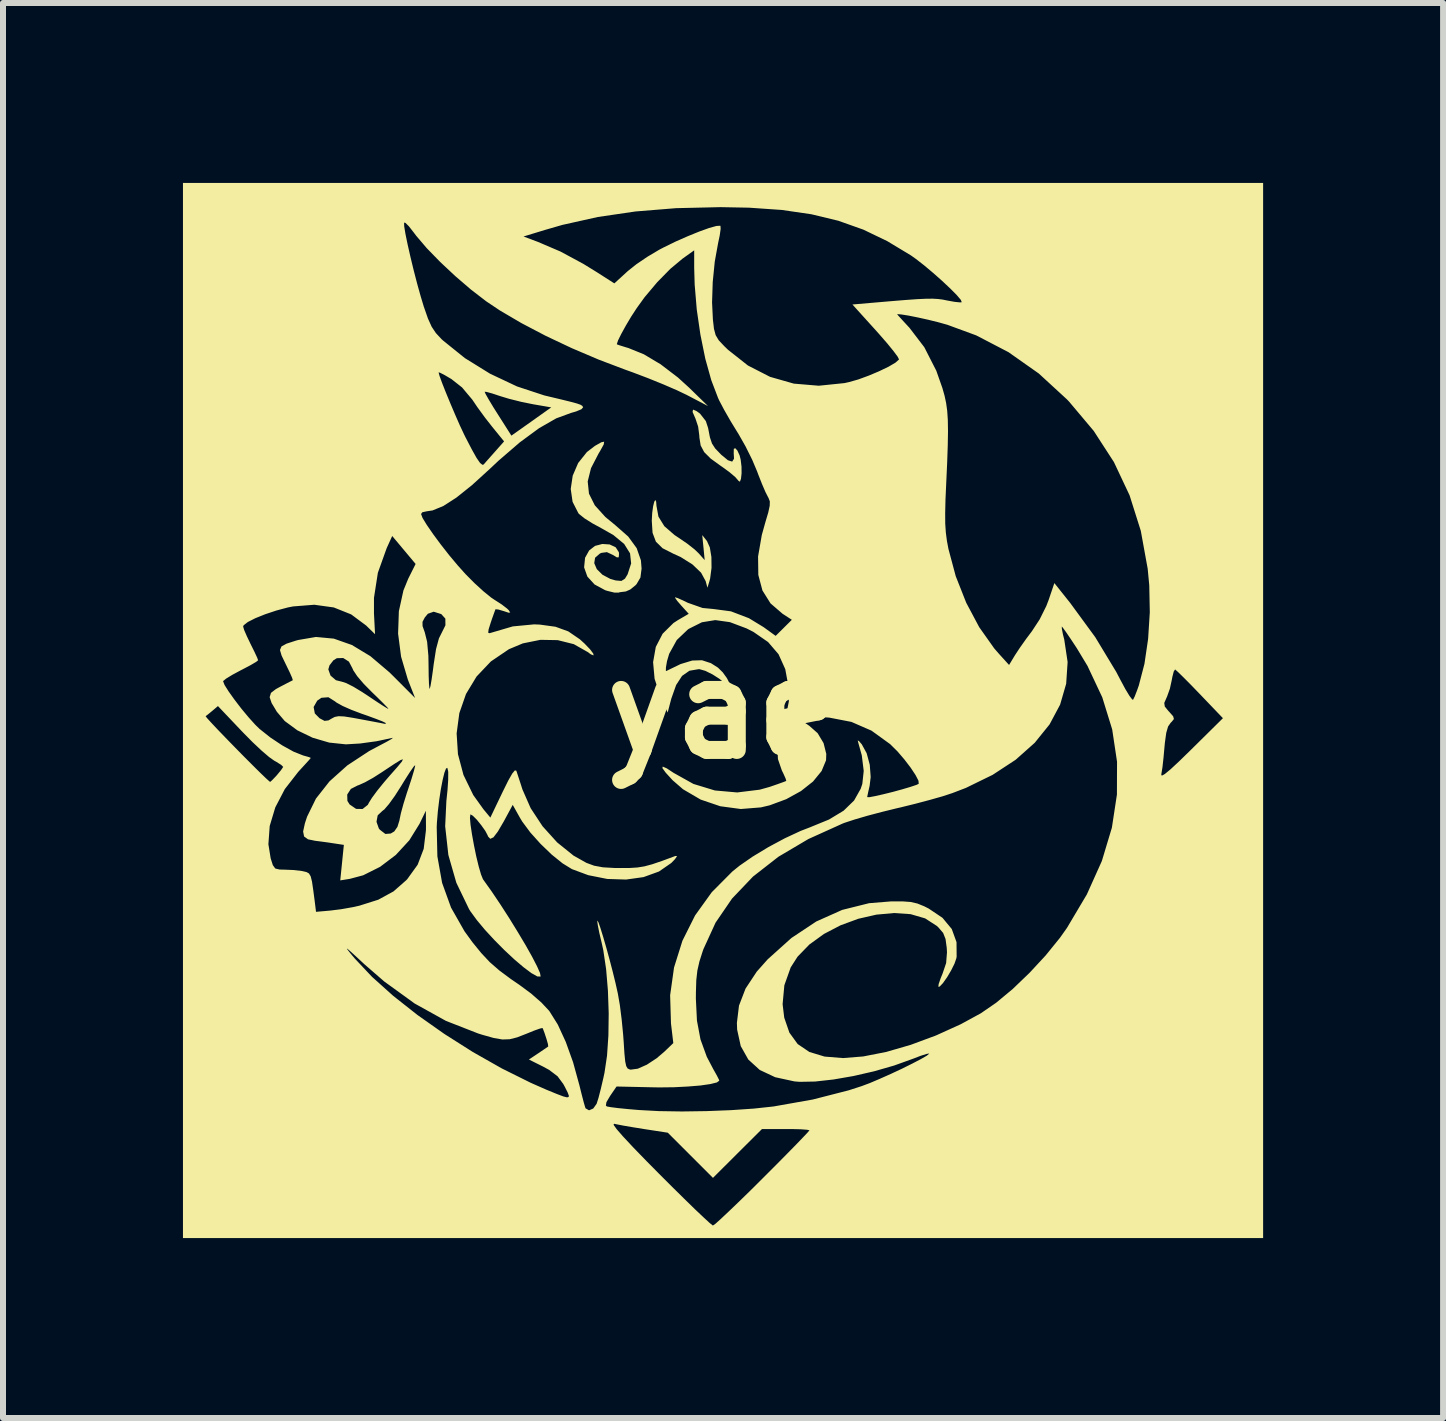
<source format=kicad_pcb>
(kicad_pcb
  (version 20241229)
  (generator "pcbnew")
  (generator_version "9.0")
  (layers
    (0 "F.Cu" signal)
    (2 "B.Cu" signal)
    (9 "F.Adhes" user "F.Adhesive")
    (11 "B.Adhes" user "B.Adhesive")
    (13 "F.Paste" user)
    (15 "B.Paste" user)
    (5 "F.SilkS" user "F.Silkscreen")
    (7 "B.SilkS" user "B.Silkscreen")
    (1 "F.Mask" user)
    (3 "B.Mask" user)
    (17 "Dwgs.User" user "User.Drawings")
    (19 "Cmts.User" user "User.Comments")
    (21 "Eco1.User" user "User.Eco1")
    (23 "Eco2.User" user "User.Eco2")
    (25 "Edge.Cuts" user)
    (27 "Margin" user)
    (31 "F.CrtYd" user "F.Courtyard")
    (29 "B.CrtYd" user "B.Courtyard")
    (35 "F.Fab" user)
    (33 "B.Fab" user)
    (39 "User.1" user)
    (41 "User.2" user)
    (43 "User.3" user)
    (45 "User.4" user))
  (footprint "yae"
    (layer "F.Cu")
    (at 8.982 8.773)
    (property "Reference" "yae" (at 0 0 0) (layer "F.SilkS") (effects (font (size 1.5 1.5) (thickness 0.3))))
    (attr board_only exclude_from_pos_files exclude_from_bom)
    (fp_poly (pts (xy -1.094 -3.46) (xy -1.089 -3.392) (xy -1.056 -3.211) (xy -0.958 -3.052) (xy -0.789 -2.905) (xy -0.72 -2.859) (xy -0.579 -2.763) (xy -0.454 -2.665) (xy -0.383 -2.597) (xy -0.285 -2.486) (xy -0.305 -2.694) (xy -0.326 -2.903) (xy -0.247 -2.804) (xy -0.199 -2.697) (xy -0.173 -2.538) (xy -0.171 -2.356) (xy -0.194 -2.18) (xy -0.207 -2.131) (xy -0.239 -2.026) (xy -0.269 -2.136) (xy -0.345 -2.276) (xy -0.489 -2.414) (xy -0.685 -2.537) (xy -0.808 -2.593) (xy -0.987 -2.684) (xy -1.098 -2.793) (xy -1.154 -2.941) (xy -1.167 -3.142) (xy -1.16 -3.271) (xy -1.145 -3.381) (xy -1.126 -3.458) (xy -1.108 -3.489)) (stroke (width 0) (type solid)) (fill yes) (layer "F.SilkS"))
    (fp_poly (pts (xy -0.419 -4.969) (xy -0.363 -4.928) (xy -0.266 -4.804) (xy -0.228 -4.688) (xy -0.198 -4.533) (xy -0.163 -4.429) (xy -0.109 -4.346) (xy -0.018 -4.252) (xy -0.012 -4.245) (xy 0.102 -4.151) (xy 0.173 -4.128) (xy 0.204 -4.177) (xy 0.199 -4.265) (xy 0.2 -4.34) (xy 0.224 -4.352) (xy 0.261 -4.311) (xy 0.298 -4.229) (xy 0.315 -4.16) (xy 0.329 -4.044) (xy 0.33 -3.932) (xy 0.32 -3.841) (xy 0.302 -3.793) (xy 0.278 -3.808) (xy 0.276 -3.811) (xy 0.226 -3.869) (xy 0.126 -3.954) (xy -0.004 -4.048) (xy -0.015 -4.055) (xy -0.186 -4.179) (xy -0.294 -4.287) (xy -0.352 -4.397) (xy -0.373 -4.529) (xy -0.375 -4.566) (xy -0.394 -4.711) (xy -0.439 -4.846) (xy -0.442 -4.852) (xy -0.487 -4.956) (xy -0.479 -4.995)) (stroke (width 0) (type solid)) (fill yes) (layer "F.SilkS"))
    (fp_poly (pts (xy -1.968 -4.414) (xy -2.027 -4.307) (xy -2.052 -4.266) (xy -2.18 -4.019) (xy -2.235 -3.798) (xy -2.214 -3.594) (xy -2.117 -3.4) (xy -1.941 -3.205) (xy -1.777 -3.07) (xy -1.56 -2.879) (xy -1.419 -2.686) (xy -1.348 -2.482) (xy -1.337 -2.345) (xy -1.356 -2.196) (xy -1.421 -2.085) (xy -1.439 -2.066) (xy -1.526 -1.996) (xy -1.598 -1.964) (xy -1.603 -1.963) (xy -1.699 -1.951) (xy -1.72 -1.944) (xy -1.792 -1.945) (xy -1.904 -1.972) (xy -1.943 -1.984) (xy -2.121 -2.08) (xy -2.241 -2.212) (xy -2.295 -2.365) (xy -2.279 -2.525) (xy -2.211 -2.647) (xy -2.113 -2.723) (xy -1.991 -2.755) (xy -1.869 -2.747) (xy -1.769 -2.7) (xy -1.716 -2.618) (xy -1.713 -2.588) (xy -1.718 -2.533) (xy -1.75 -2.532) (xy -1.819 -2.574) (xy -1.915 -2.619) (xy -2.005 -2.607) (xy -2.031 -2.596) (xy -2.112 -2.526) (xy -2.126 -2.435) (xy -2.083 -2.335) (xy -1.99 -2.243) (xy -1.857 -2.172) (xy -1.768 -2.147) (xy -1.673 -2.139) (xy -1.614 -2.177) (xy -1.57 -2.249) (xy -1.511 -2.431) (xy -1.529 -2.598) (xy -1.627 -2.755) (xy -1.806 -2.903) (xy -2.004 -3.016) (xy -2.16 -3.101) (xy -2.293 -3.185) (xy -2.379 -3.255) (xy -2.39 -3.267) (xy -2.487 -3.457) (xy -2.518 -3.672) (xy -2.485 -3.894) (xy -2.394 -4.105) (xy -2.248 -4.288) (xy -2.115 -4.39) (xy -2.009 -4.45) (xy -1.961 -4.46)) (stroke (width 0) (type solid)) (fill yes) (layer "F.SilkS"))
    (fp_poly (pts (xy 9.024 0.021) (xy 9.024 8.815) (xy 0.021 8.815) (xy -8.982 8.815) (xy -8.982 6.927) (xy -1.804 6.927) (xy -1.754 6.998) (xy -1.645 7.123) (xy -1.476 7.304) (xy -1.247 7.54) (xy -1.045 7.744) (xy -0.825 7.964) (xy -0.623 8.163) (xy -0.448 8.334) (xy -0.305 8.469) (xy -0.204 8.562) (xy -0.152 8.604) (xy -0.147 8.606) (xy -0.107 8.578) (xy -0.017 8.497) (xy 0.115 8.373) (xy 0.282 8.213) (xy 0.475 8.025) (xy 0.678 7.823) (xy 0.887 7.614) (xy 1.075 7.424) (xy 1.234 7.262) (xy 1.356 7.135) (xy 1.435 7.051) (xy 1.462 7.019) (xy 1.423 7.01) (xy 1.319 7.002) (xy 1.168 6.998) (xy 1.066 6.998) (xy 0.67 6.998) (xy 0.261 7.405) (xy -0.147 7.812) (xy -0.524 7.435) (xy -0.9 7.059) (xy -1.296 6.998) (xy -1.481 6.968) (xy -1.645 6.94) (xy -1.763 6.917) (xy -1.796 6.91) (xy -1.804 6.927) (xy -8.982 6.927) (xy -8.982 3.988) (xy -6.248 3.988) (xy -6.244 4.001) (xy -6.197 4.061) (xy -6.12 4.153) (xy -5.832 4.459) (xy -5.478 4.777) (xy -5.071 5.098) (xy -4.624 5.413) (xy -4.151 5.713) (xy -3.666 5.988) (xy -3.183 6.228) (xy -2.924 6.342) (xy -2.751 6.413) (xy -2.64 6.455) (xy -2.579 6.47) (xy -2.553 6.463) (xy -2.549 6.444) (xy -2.568 6.391) (xy -2.616 6.295) (xy -2.643 6.246) (xy -2.738 6.118) (xy -2.878 6.012) (xy -2.975 5.959) (xy -3.215 5.839) (xy -3.059 5.735) (xy -2.963 5.67) (xy -2.902 5.628) (xy -2.893 5.621) (xy -2.898 5.581) (xy -2.922 5.497) (xy -2.953 5.402) (xy -2.98 5.33) (xy -2.989 5.314) (xy -3.029 5.322) (xy -3.125 5.356) (xy -3.253 5.408) (xy -3.409 5.469) (xy -3.536 5.501) (xy -3.658 5.505) (xy -3.802 5.48) (xy -3.991 5.427) (xy -4.061 5.405) (xy -4.598 5.195) (xy -5.119 4.906) (xy -5.627 4.538) (xy -5.953 4.255) (xy -6.106 4.113) (xy -6.203 4.025) (xy -6.248 3.988) (xy -8.982 3.988) (xy -8.982 0.116) (xy -8.604 0.116) (xy -8.581 0.147) (xy -8.51 0.225) (xy -8.402 0.34) (xy -8.268 0.479) (xy -8.119 0.632) (xy -7.966 0.788) (xy -7.82 0.934) (xy -7.693 1.06) (xy -7.595 1.154) (xy -7.538 1.205) (xy -7.529 1.212) (xy -7.496 1.183) (xy -7.43 1.114) (xy -7.415 1.097) (xy -7.348 1.016) (xy -7.313 0.964) (xy -7.312 0.96) (xy -7.344 0.928) (xy -7.427 0.876) (xy -7.461 0.857) (xy -7.546 0.797) (xy -7.672 0.689) (xy -7.822 0.548) (xy -7.98 0.388) (xy -8.005 0.362) (xy -8.399 -0.053) (xy -8.492 0.026) (xy -8.565 0.086) (xy -8.604 0.116) (xy -8.982 0.116) (xy -8.982 0.021) (xy -8.982 -0.466) (xy -8.313 -0.466) (xy -8.288 -0.403) (xy -8.219 -0.294) (xy -8.121 -0.157) (xy -8.006 -0.007) (xy -7.886 0.137) (xy -7.775 0.26) (xy -7.705 0.328) (xy -7.525 0.471) (xy -7.328 0.602) (xy -7.138 0.707) (xy -6.98 0.77) (xy -6.966 0.774) (xy -6.884 0.797) (xy -6.851 0.811) (xy -6.877 0.843) (xy -6.947 0.92) (xy -7.045 1.027) (xy -7.062 1.046) (xy -7.284 1.331) (xy -7.443 1.636) (xy -7.536 1.946) (xy -7.558 2.25) (xy -7.52 2.485) (xy -7.484 2.599) (xy -7.443 2.655) (xy -7.371 2.672) (xy -7.29 2.674) (xy -7.141 2.68) (xy -7.003 2.696) (xy -6.983 2.7) (xy -6.923 2.714) (xy -6.882 2.737) (xy -6.853 2.785) (xy -6.831 2.873) (xy -6.81 3.017) (xy -6.788 3.182) (xy -6.764 3.377) (xy -6.525 3.356) (xy -6.342 3.333) (xy -6.139 3.297) (xy -6.039 3.274) (xy -5.726 3.175) (xy -5.473 3.037) (xy -5.26 2.85) (xy -5.242 2.831) (xy -5.07 2.592) (xy -4.969 2.327) (xy -4.932 2.021) (xy -4.931 1.966) (xy -4.933 1.692) (xy -5.038 1.909) (xy -5.209 2.185) (xy -5.434 2.429) (xy -5.696 2.627) (xy -5.978 2.768) (xy -6.199 2.827) (xy -6.36 2.853) (xy -6.33 2.557) (xy -6.3 2.261) (xy -6.44 2.24) (xy -6.571 2.22) (xy -6.729 2.199) (xy -6.778 2.193) (xy -6.898 2.168) (xy -6.963 2.121) (xy -6.979 2.038) (xy -6.95 1.904) (xy -6.941 1.876) (xy -5.756 1.876) (xy -5.717 1.987) (xy -5.699 2.009) (xy -5.608 2.079) (xy -5.519 2.072) (xy -5.46 2.037) (xy -5.407 1.961) (xy -5.372 1.848) (xy -5.371 1.838) (xy -5.349 1.733) (xy -5.306 1.576) (xy -5.25 1.396) (xy -5.224 1.319) (xy -5.171 1.157) (xy -5.132 1.027) (xy -5.112 0.947) (xy -5.112 0.932) (xy -5.138 0.959) (xy -5.197 1.044) (xy -5.279 1.172) (xy -5.35 1.288) (xy -5.452 1.447) (xy -5.548 1.58) (xy -5.625 1.67) (xy -5.659 1.696) (xy -5.736 1.769) (xy -5.756 1.876) (xy -6.941 1.876) (xy -6.913 1.791) (xy -6.765 1.489) (xy -6.712 1.422) (xy -6.244 1.422) (xy -6.241 1.528) (xy -6.204 1.587) (xy -6.096 1.661) (xy -5.988 1.663) (xy -5.901 1.594) (xy -5.881 1.556) (xy -5.832 1.477) (xy -5.742 1.355) (xy -5.624 1.21) (xy -5.537 1.109) (xy -5.408 0.963) (xy -5.333 0.872) (xy -5.315 0.834) (xy -5.356 0.848) (xy -5.459 0.912) (xy -5.628 1.024) (xy -5.661 1.046) (xy -5.811 1.142) (xy -5.95 1.219) (xy -6.052 1.265) (xy -6.069 1.27) (xy -6.183 1.328) (xy -6.244 1.422) (xy -6.712 1.422) (xy -6.539 1.202) (xy -6.242 0.936) (xy -5.878 0.697) (xy -5.726 0.616) (xy -5.595 0.547) (xy -5.51 0.499) (xy -5.483 0.477) (xy -5.494 0.478) (xy -5.753 0.533) (xy -6.029 0.571) (xy -6.266 0.585) (xy -6.544 0.556) (xy -6.82 0.475) (xy -7.074 0.352) (xy -7.285 0.197) (xy -7.417 0.042) (xy -7.464 -0.037) (xy -6.804 -0.037) (xy -6.784 0.07) (xy -6.705 0.15) (xy -6.622 0.194) (xy -6.556 0.186) (xy -6.505 0.156) (xy -6.452 0.128) (xy -6.388 0.116) (xy -6.296 0.12) (xy -6.155 0.142) (xy -6.014 0.168) (xy -5.843 0.2) (xy -5.705 0.226) (xy -5.62 0.243) (xy -5.602 0.246) (xy -5.605 0.23) (xy -5.609 0.226) (xy -5.657 0.202) (xy -5.765 0.16) (xy -5.915 0.105) (xy -6.002 0.075) (xy -6.174 0.01) (xy -6.321 -0.055) (xy -6.422 -0.111) (xy -6.446 -0.13) (xy -6.557 -0.2) (xy -6.674 -0.191) (xy -6.744 -0.143) (xy -6.804 -0.037) (xy -7.464 -0.037) (xy -7.504 -0.103) (xy -7.537 -0.201) (xy -7.515 -0.273) (xy -7.433 -0.336) (xy -7.363 -0.374) (xy -7.25 -0.433) (xy -7.172 -0.473) (xy -7.151 -0.484) (xy -7.162 -0.523) (xy -7.203 -0.616) (xy -7.227 -0.665) (xy -6.559 -0.665) (xy -6.522 -0.561) (xy -6.432 -0.484) (xy -6.336 -0.46) (xy -6.263 -0.437) (xy -6.142 -0.376) (xy -5.995 -0.287) (xy -5.911 -0.232) (xy -5.766 -0.135) (xy -5.648 -0.058) (xy -5.574 -0.013) (xy -5.556 -0.004) (xy -5.575 -0.03) (xy -5.644 -0.101) (xy -5.749 -0.205) (xy -5.831 -0.284) (xy -5.968 -0.423) (xy -6.078 -0.552) (xy -6.144 -0.651) (xy -6.156 -0.68) (xy -6.216 -0.794) (xy -6.311 -0.854) (xy -6.417 -0.851) (xy -6.475 -0.815) (xy -6.539 -0.732) (xy -6.559 -0.665) (xy -7.227 -0.665) (xy -7.265 -0.744) (xy -7.27 -0.754) (xy -7.338 -0.895) (xy -7.365 -0.987) (xy -7.34 -1.047) (xy -7.256 -1.093) (xy -7.102 -1.143) (xy -7.063 -1.154) (xy -6.765 -1.205) (xy -6.467 -1.177) (xy -6.166 -1.071) (xy -5.858 -0.885) (xy -5.542 -0.617) (xy -5.471 -0.547) (xy -5.113 -0.188) (xy -5.234 -0.497) (xy -5.346 -0.876) (xy -5.396 -1.261) (xy -5.389 -1.457) (xy -4.989 -1.457) (xy -4.988 -1.386) (xy -4.951 -1.282) (xy -4.912 -1.125) (xy -4.891 -0.891) (xy -4.888 -0.725) (xy -4.886 -0.556) (xy -4.881 -0.425) (xy -4.874 -0.35) (xy -4.869 -0.339) (xy -4.856 -0.386) (xy -4.837 -0.497) (xy -4.815 -0.652) (xy -4.802 -0.753) (xy -4.763 -1.004) (xy -4.715 -1.182) (xy -4.675 -1.262) (xy -4.607 -1.399) (xy -4.608 -1.511) (xy -4.676 -1.586) (xy -4.802 -1.626) (xy -4.899 -1.592) (xy -4.95 -1.531) (xy -4.989 -1.457) (xy -5.389 -1.457) (xy -5.383 -1.634) (xy -5.307 -1.98) (xy -5.227 -2.176) (xy -5.104 -2.422) (xy -5.299 -2.655) (xy -5.494 -2.888) (xy -5.586 -2.686) (xy -5.733 -2.275) (xy -5.798 -1.857) (xy -5.798 -1.598) (xy -5.78 -1.251) (xy -5.929 -1.396) (xy -6.178 -1.581) (xy -6.468 -1.697) (xy -6.793 -1.742) (xy -7.146 -1.714) (xy -7.233 -1.697) (xy -7.424 -1.646) (xy -7.61 -1.584) (xy -7.775 -1.518) (xy -7.901 -1.454) (xy -7.971 -1.399) (xy -7.979 -1.379) (xy -7.962 -1.321) (xy -7.915 -1.213) (xy -7.854 -1.086) (xy -7.79 -0.957) (xy -7.745 -0.86) (xy -7.729 -0.816) (xy -7.763 -0.789) (xy -7.855 -0.735) (xy -7.986 -0.666) (xy -8.021 -0.648) (xy -8.159 -0.574) (xy -8.262 -0.511) (xy -8.311 -0.471) (xy -8.313 -0.466) (xy -8.982 -0.466) (xy -8.982 -5.616) (xy -4.721 -5.616) (xy -4.705 -5.556) (xy -4.662 -5.438) (xy -4.599 -5.279) (xy -4.524 -5.097) (xy -4.444 -4.909) (xy -4.367 -4.733) (xy -4.298 -4.586) (xy -4.282 -4.553) (xy -4.17 -4.337) (xy -4.088 -4.19) (xy -4.029 -4.105) (xy -3.989 -4.074) (xy -3.968 -4.081) (xy -3.926 -4.13) (xy -3.848 -4.218) (xy -3.784 -4.29) (xy -3.629 -4.465) (xy -3.827 -4.708) (xy -3.95 -4.865) (xy -4.073 -5.034) (xy -4.159 -5.161) (xy -4.27 -5.293) (xy -3.953 -5.293) (xy -3.937 -5.255) (xy -3.885 -5.163) (xy -3.805 -5.03) (xy -3.736 -4.921) (xy -3.507 -4.561) (xy -3.175 -4.796) (xy -2.843 -5.032) (xy -3.145 -5.084) (xy -3.342 -5.124) (xy -3.549 -5.176) (xy -3.694 -5.22) (xy -3.824 -5.263) (xy -3.918 -5.289) (xy -3.953 -5.293) (xy -4.27 -5.293) (xy -4.329 -5.364) (xy -4.507 -5.504) (xy -4.619 -5.57) (xy -4.697 -5.61) (xy -4.721 -5.616) (xy -8.982 -5.616) (xy -8.982 -8.112) (xy -5.296 -8.112) (xy -5.294 -8.05) (xy -5.273 -7.923) (xy -5.237 -7.748) (xy -5.19 -7.541) (xy -5.136 -7.318) (xy -5.078 -7.094) (xy -5.02 -6.886) (xy -4.967 -6.71) (xy -4.965 -6.705) (xy -4.898 -6.513) (xy -4.836 -6.376) (xy -4.766 -6.271) (xy -4.672 -6.17) (xy -4.647 -6.147) (xy -4.282 -5.853) (xy -3.862 -5.593) (xy -3.413 -5.381) (xy -2.961 -5.232) (xy -2.903 -5.218) (xy -2.676 -5.164) (xy -2.518 -5.125) (xy -2.415 -5.097) (xy -2.355 -5.076) (xy -2.325 -5.057) (xy -2.313 -5.037) (xy -2.311 -5.034) (xy -2.34 -5.001) (xy -2.429 -4.964) (xy -2.512 -4.94) (xy -2.76 -4.849) (xy -3.046 -4.685) (xy -3.367 -4.449) (xy -3.723 -4.142) (xy -3.86 -4.013) (xy -4.164 -3.736) (xy -4.424 -3.528) (xy -4.642 -3.388) (xy -4.822 -3.314) (xy -4.917 -3.3) (xy -4.991 -3.284) (xy -5.013 -3.255) (xy -4.988 -3.188) (xy -4.917 -3.072) (xy -4.813 -2.921) (xy -4.686 -2.749) (xy -4.545 -2.569) (xy -4.401 -2.397) (xy -4.27 -2.251) (xy -4.123 -2.103) (xy -3.973 -1.966) (xy -3.845 -1.862) (xy -3.787 -1.823) (xy -3.67 -1.748) (xy -3.579 -1.678) (xy -3.553 -1.653) (xy -3.527 -1.613) (xy -3.553 -1.609) (xy -3.632 -1.635) (xy -3.723 -1.662) (xy -3.771 -1.667) (xy -3.773 -1.665) (xy -3.79 -1.62) (xy -3.825 -1.522) (xy -3.85 -1.449) (xy -3.887 -1.331) (xy -3.894 -1.276) (xy -3.871 -1.267) (xy -3.859 -1.271) (xy -3.484 -1.381) (xy -3.127 -1.415) (xy -3.032 -1.411) (xy -2.771 -1.375) (xy -2.559 -1.298) (xy -2.366 -1.166) (xy -2.287 -1.094) (xy -2.193 -0.996) (xy -2.142 -0.927) (xy -2.137 -0.897) (xy -2.182 -0.915) (xy -2.237 -0.955) (xy -2.467 -1.085) (xy -2.735 -1.152) (xy -3.024 -1.157) (xy -3.316 -1.098) (xy -3.548 -1.001) (xy -3.849 -0.797) (xy -4.088 -0.545) (xy -4.264 -0.254) (xy -4.375 0.065) (xy -4.42 0.403) (xy -4.398 0.749) (xy -4.306 1.095) (xy -4.143 1.43) (xy -3.974 1.666) (xy -3.858 1.806) (xy -3.654 1.38) (xy -3.56 1.19) (xy -3.493 1.072) (xy -3.449 1.019) (xy -3.425 1.025) (xy -3.423 1.03) (xy -3.396 1.112) (xy -3.354 1.24) (xy -3.323 1.337) (xy -3.186 1.649) (xy -2.988 1.95) (xy -2.744 2.22) (xy -2.471 2.44) (xy -2.256 2.561) (xy -2.128 2.608) (xy -1.982 2.635) (xy -1.791 2.646) (xy -1.692 2.647) (xy -1.534 2.646) (xy -1.407 2.638) (xy -1.289 2.619) (xy -1.159 2.584) (xy -0.995 2.528) (xy -0.776 2.447) (xy -0.773 2.446) (xy -0.745 2.449) (xy -0.782 2.501) (xy -0.842 2.563) (xy -1.047 2.705) (xy -1.304 2.798) (xy -1.596 2.839) (xy -1.909 2.829) (xy -2.226 2.766) (xy -2.498 2.665) (xy -2.654 2.569) (xy -2.835 2.423) (xy -3.02 2.245) (xy -3.191 2.055) (xy -3.326 1.873) (xy -3.364 1.81) (xy -3.485 1.594) (xy -3.634 1.87) (xy -3.733 2.039) (xy -3.806 2.135) (xy -3.859 2.16) (xy -3.896 2.121) (xy -3.903 2.102) (xy -3.942 2.028) (xy -4.008 1.935) (xy -4.082 1.843) (xy -4.149 1.776) (xy -4.188 1.753) (xy -4.191 1.755) (xy -4.198 1.81) (xy -4.188 1.927) (xy -4.164 2.086) (xy -4.131 2.267) (xy -4.093 2.452) (xy -4.052 2.621) (xy -4.013 2.755) (xy -3.981 2.834) (xy -3.978 2.838) (xy -3.837 3.036) (xy -3.689 3.256) (xy -3.541 3.486) (xy -3.4 3.715) (xy -3.271 3.931) (xy -3.162 4.125) (xy -3.08 4.284) (xy -3.03 4.397) (xy -3.02 4.453) (xy -3.021 4.456) (xy -3.075 4.454) (xy -3.173 4.399) (xy -3.304 4.301) (xy -3.458 4.17) (xy -3.623 4.016) (xy -3.789 3.849) (xy -3.947 3.678) (xy -4.083 3.515) (xy -4.19 3.369) (xy -4.214 3.33) (xy -4.425 2.892) (xy -4.558 2.429) (xy -4.611 1.951) (xy -4.591 1.529) (xy -4.572 1.346) (xy -4.561 1.179) (xy -4.56 1.056) (xy -4.561 1.037) (xy -4.575 0.977) (xy -4.597 0.988) (xy -4.624 1.059) (xy -4.653 1.177) (xy -4.683 1.332) (xy -4.71 1.51) (xy -4.733 1.701) (xy -4.749 1.892) (xy -4.752 1.966) (xy -4.741 2.452) (xy -4.662 2.895) (xy -4.513 3.307) (xy -4.289 3.701) (xy -4.157 3.883) (xy -4.008 4.066) (xy -3.867 4.216) (xy -3.71 4.353) (xy -3.515 4.498) (xy -3.373 4.595) (xy -3.18 4.738) (xy -3.007 4.889) (xy -2.879 5.026) (xy -2.873 5.034) (xy -2.734 5.256) (xy -2.601 5.545) (xy -2.479 5.884) (xy -2.377 6.255) (xy -2.376 6.258) (xy -2.335 6.423) (xy -2.3 6.557) (xy -2.276 6.639) (xy -2.27 6.653) (xy -2.213 6.686) (xy -2.143 6.656) (xy -2.108 6.607) (xy -1.932 6.607) (xy -1.913 6.622) (xy -1.852 6.633) (xy -1.726 6.649) (xy -1.555 6.666) (xy -1.379 6.681) (xy -1.047 6.699) (xy -0.663 6.705) (xy -0.253 6.699) (xy 0.155 6.683) (xy 0.535 6.657) (xy 0.859 6.622) (xy 0.872 6.62) (xy 1.516 6.506) (xy 2.117 6.352) (xy 2.333 6.282) (xy 2.469 6.231) (xy 2.636 6.16) (xy 2.82 6.078) (xy 3.004 5.992) (xy 3.175 5.907) (xy 3.317 5.833) (xy 3.416 5.776) (xy 3.456 5.743) (xy 3.456 5.739) (xy 3.412 5.746) (xy 3.313 5.778) (xy 3.18 5.829) (xy 3.177 5.83) (xy 2.874 5.939) (xy 2.54 6.035) (xy 2.196 6.114) (xy 1.862 6.172) (xy 1.556 6.206) (xy 1.299 6.211) (xy 1.212 6.204) (xy 0.89 6.134) (xy 0.633 6.013) (xy 0.442 5.839) (xy 0.316 5.615) (xy 0.256 5.341) (xy 0.252 5.228) (xy 0.287 4.94) (xy 0.396 4.657) (xy 0.583 4.374) (xy 0.765 4.169) (xy 1.161 3.813) (xy 1.575 3.538) (xy 2.007 3.345) (xy 2.456 3.233) (xy 2.824 3.203) (xy 3.015 3.203) (xy 3.151 3.213) (xy 3.262 3.239) (xy 3.375 3.285) (xy 3.45 3.323) (xy 3.679 3.477) (xy 3.834 3.664) (xy 3.913 3.882) (xy 3.915 4.124) (xy 3.91 4.152) (xy 3.879 4.242) (xy 3.823 4.354) (xy 3.755 4.469) (xy 3.687 4.565) (xy 3.633 4.622) (xy 3.61 4.627) (xy 3.615 4.582) (xy 3.648 4.486) (xy 3.68 4.408) (xy 3.74 4.231) (xy 3.754 4.053) (xy 3.75 3.977) (xy 3.73 3.83) (xy 3.69 3.729) (xy 3.612 3.638) (xy 3.583 3.611) (xy 3.389 3.486) (xy 3.148 3.416) (xy 2.873 3.397) (xy 2.577 3.424) (xy 2.275 3.493) (xy 1.979 3.602) (xy 1.703 3.746) (xy 1.46 3.922) (xy 1.263 4.125) (xy 1.149 4.303) (xy 1.043 4.601) (xy 1.014 4.917) (xy 1.041 5.141) (xy 1.127 5.391) (xy 1.265 5.581) (xy 1.46 5.713) (xy 1.714 5.79) (xy 2.02 5.815) (xy 2.357 5.788) (xy 2.74 5.713) (xy 3.15 5.594) (xy 3.571 5.438) (xy 3.983 5.251) (xy 4.317 5.069) (xy 4.572 4.894) (xy 4.849 4.664) (xy 5.13 4.394) (xy 5.399 4.104) (xy 5.638 3.809) (xy 5.754 3.645) (xy 6.086 3.086) (xy 6.336 2.529) (xy 6.503 1.974) (xy 6.587 1.422) (xy 6.588 1.086) (xy 7.326 1.086) (xy 7.335 1.108) (xy 7.385 1.08) (xy 7.481 1.001) (xy 7.626 0.866) (xy 7.824 0.673) (xy 7.827 0.67) (xy 8.354 0.149) (xy 7.968 -0.254) (xy 7.824 -0.403) (xy 7.7 -0.528) (xy 7.608 -0.618) (xy 7.56 -0.661) (xy 7.556 -0.663) (xy 7.534 -0.629) (xy 7.511 -0.539) (xy 7.502 -0.49) (xy 7.47 -0.344) (xy 7.423 -0.212) (xy 7.413 -0.19) (xy 7.376 -0.105) (xy 7.385 -0.045) (xy 7.446 0.03) (xy 7.457 0.041) (xy 7.524 0.117) (xy 7.537 0.163) (xy 7.5 0.209) (xy 7.485 0.223) (xy 7.44 0.287) (xy 7.409 0.394) (xy 7.386 0.561) (xy 7.379 0.638) (xy 7.363 0.813) (xy 7.346 0.967) (xy 7.329 1.072) (xy 7.326 1.086) (xy 6.588 1.086) (xy 6.589 0.876) (xy 6.508 0.336) (xy 6.343 -0.198) (xy 6.096 -0.723) (xy 5.918 -1.018) (xy 5.819 -1.168) (xy 5.738 -1.287) (xy 5.684 -1.361) (xy 5.668 -1.379) (xy 5.669 -1.342) (xy 5.687 -1.248) (xy 5.709 -1.161) (xy 5.765 -0.788) (xy 5.741 -0.425) (xy 5.64 -0.077) (xy 5.464 0.253) (xy 5.216 0.56) (xy 4.899 0.842) (xy 4.516 1.093) (xy 4.07 1.311) (xy 3.843 1.398) (xy 3.685 1.45) (xy 3.47 1.511) (xy 3.225 1.576) (xy 2.974 1.638) (xy 2.916 1.651) (xy 2.672 1.711) (xy 2.43 1.775) (xy 2.214 1.838) (xy 2.05 1.892) (xy 2.018 1.904) (xy 1.443 2.164) (xy 0.944 2.459) (xy 0.52 2.79) (xy 0.171 3.156) (xy -0.104 3.558) (xy -0.305 3.997) (xy -0.319 4.036) (xy -0.373 4.206) (xy -0.407 4.356) (xy -0.425 4.516) (xy -0.431 4.716) (xy -0.432 4.825) (xy -0.414 5.19) (xy -0.355 5.504) (xy -0.25 5.793) (xy -0.143 5.997) (xy -0.084 6.102) (xy -0.047 6.175) (xy -0.042 6.192) (xy -0.081 6.221) (xy -0.19 6.248) (xy -0.355 6.272) (xy -0.562 6.289) (xy -0.796 6.301) (xy -1.045 6.304) (xy -1.158 6.302) (xy -1.754 6.289) (xy -1.861 6.445) (xy -1.923 6.55) (xy -1.932 6.607) (xy -2.108 6.607) (xy -2.085 6.574) (xy -2.084 6.569) (xy -2.055 6.478) (xy -2.017 6.33) (xy -1.975 6.151) (xy -1.955 6.058) (xy -1.913 5.776) (xy -1.89 5.438) (xy -1.885 5.069) (xy -1.898 4.692) (xy -1.928 4.334) (xy -1.975 4.018) (xy -2.003 3.89) (xy -2.041 3.73) (xy -2.066 3.604) (xy -2.076 3.532) (xy -2.075 3.523) (xy -2.056 3.552) (xy -2.023 3.647) (xy -1.978 3.792) (xy -1.926 3.972) (xy -1.871 4.172) (xy -1.818 4.375) (xy -1.771 4.567) (xy -1.734 4.733) (xy -1.732 4.742) (xy -1.699 4.933) (xy -1.669 5.171) (xy -1.645 5.416) (xy -1.636 5.535) (xy -1.623 5.737) (xy -1.61 5.87) (xy -1.593 5.949) (xy -1.569 5.989) (xy -1.534 6.005) (xy -1.518 6.008) (xy -1.4 5.992) (xy -1.249 5.925) (xy -1.086 5.818) (xy -0.958 5.709) (xy -0.808 5.565) (xy -0.847 5.237) (xy -0.861 4.768) (xy -0.796 4.305) (xy -0.656 3.859) (xy -0.445 3.437) (xy -0.167 3.05) (xy 0.174 2.707) (xy 0.296 2.608) (xy 0.514 2.457) (xy 0.775 2.299) (xy 1.051 2.151) (xy 1.313 2.029) (xy 1.468 1.969) (xy 1.788 1.838) (xy 2.031 1.691) (xy 2.205 1.522) (xy 2.316 1.325) (xy 2.343 1.243) (xy 2.366 1.028) (xy 2.334 0.769) (xy 2.277 0.564) (xy 2.266 0.518) (xy 2.291 0.535) (xy 2.334 0.585) (xy 2.415 0.733) (xy 2.467 0.926) (xy 2.482 1.13) (xy 2.465 1.274) (xy 2.44 1.384) (xy 2.425 1.456) (xy 2.424 1.465) (xy 2.46 1.466) (xy 2.557 1.448) (xy 2.693 1.417) (xy 2.851 1.378) (xy 3.008 1.335) (xy 3.146 1.294) (xy 3.245 1.261) (xy 3.283 1.243) (xy 3.279 1.192) (xy 3.23 1.097) (xy 3.148 0.973) (xy 3.043 0.836) (xy 2.929 0.703) (xy 2.816 0.591) (xy 2.807 0.582) (xy 2.496 0.357) (xy 2.161 0.211) (xy 1.794 0.14) (xy 1.742 0.136) (xy 1.533 0.13) (xy 1.404 0.144) (xy 1.357 0.176) (xy 1.39 0.229) (xy 1.46 0.277) (xy 1.598 0.399) (xy 1.697 0.565) (xy 1.742 0.745) (xy 1.738 0.851) (xy 1.664 1.03) (xy 1.521 1.205) (xy 1.32 1.364) (xy 1.075 1.499) (xy 0.8 1.601) (xy 0.653 1.636) (xy 0.317 1.663) (xy -0.025 1.617) (xy -0.352 1.506) (xy -0.646 1.334) (xy -0.819 1.184) (xy -0.935 1.057) (xy -0.99 0.981) (xy -0.984 0.956) (xy -0.916 0.986) (xy -0.804 1.06) (xy -0.473 1.245) (xy -0.115 1.354) (xy 0.257 1.387) (xy 0.631 1.341) (xy 0.796 1.295) (xy 0.932 1.248) (xy 1.032 1.212) (xy 1.075 1.195) (xy 1.075 1.194) (xy 1.064 1.155) (xy 1.025 1.068) (xy 1.002 1.022) (xy 0.936 0.831) (xy 0.927 0.616) (xy 0.976 0.365) (xy 1.029 0.202) (xy 1.088 0.02) (xy 1.117 -0.124) (xy 1.121 -0.269) (xy 1.114 -0.365) (xy 1.058 -0.669) (xy 0.946 -0.917) (xy 0.772 -1.12) (xy 0.528 -1.289) (xy 0.412 -1.348) (xy 0.135 -1.452) (xy -0.108 -1.486) (xy -0.331 -1.45) (xy -0.547 -1.342) (xy -0.564 -1.331) (xy -0.75 -1.154) (xy -0.877 -0.924) (xy -0.913 -0.802) (xy -0.931 -0.698) (xy -0.932 -0.641) (xy -0.926 -0.637) (xy -0.687 -0.753) (xy -0.493 -0.812) (xy -0.33 -0.817) (xy -0.181 -0.768) (xy -0.063 -0.693) (xy 0.017 -0.614) (xy 0.086 -0.518) (xy 0.133 -0.426) (xy 0.147 -0.357) (xy 0.123 -0.334) (xy 0.085 -0.366) (xy 0.084 -0.376) (xy 0.049 -0.434) (xy -0.039 -0.507) (xy -0.155 -0.581) (xy -0.274 -0.64) (xy -0.372 -0.668) (xy -0.385 -0.668) (xy -0.539 -0.642) (xy -0.662 -0.556) (xy -0.761 -0.404) (xy -0.841 -0.178) (xy -0.854 -0.129) (xy -0.902 0.055) (xy -1.022 -0.213) (xy -1.12 -0.507) (xy -1.145 -0.785) (xy -1.1 -1.039) (xy -0.986 -1.259) (xy -0.806 -1.437) (xy -0.734 -1.484) (xy -0.551 -1.591) (xy -0.671 -1.723) (xy -0.742 -1.805) (xy -0.779 -1.858) (xy -0.78 -1.866) (xy -0.74 -1.855) (xy -0.649 -1.815) (xy -0.565 -1.774) (xy -0.32 -1.688) (xy -0.14 -1.671) (xy 0.153 -1.632) (xy 0.452 -1.518) (xy 0.698 -1.368) (xy 0.898 -1.223) (xy 1.033 -1.357) (xy 1.168 -1.491) (xy 1.014 -1.591) (xy 0.813 -1.764) (xy 0.678 -1.979) (xy 0.609 -2.239) (xy 0.605 -2.547) (xy 0.667 -2.904) (xy 0.725 -3.112) (xy 0.775 -3.281) (xy 0.799 -3.392) (xy 0.801 -3.465) (xy 0.78 -3.52) (xy 0.77 -3.539) (xy 0.728 -3.621) (xy 0.67 -3.756) (xy 0.606 -3.918) (xy 0.59 -3.962) (xy 0.507 -4.159) (xy 0.396 -4.382) (xy 0.279 -4.588) (xy 0.257 -4.623) (xy 0.147 -4.803) (xy 0.04 -4.99) (xy -0.045 -5.151) (xy -0.062 -5.189) (xy -0.175 -5.485) (xy -0.275 -5.844) (xy -0.356 -6.243) (xy -0.417 -6.662) (xy -0.452 -7.079) (xy -0.46 -7.36) (xy -0.46 -7.65) (xy -0.653 -7.512) (xy -0.858 -7.341) (xy -1.076 -7.119) (xy -1.287 -6.868) (xy -1.417 -6.688) (xy -1.511 -6.544) (xy -1.6 -6.394) (xy -1.676 -6.256) (xy -1.729 -6.149) (xy -1.749 -6.088) (xy -1.747 -6.082) (xy -1.702 -6.066) (xy -1.606 -6.036) (xy -1.555 -6.021) (xy -1.299 -5.917) (xy -1.019 -5.75) (xy -0.732 -5.531) (xy -0.546 -5.362) (xy -0.23 -5.054) (xy -0.585 -5.24) (xy -0.751 -5.319) (xy -0.973 -5.415) (xy -1.227 -5.518) (xy -1.488 -5.617) (xy -1.608 -5.66) (xy -2.051 -5.828) (xy -2.5 -6.019) (xy -2.936 -6.225) (xy -3.342 -6.438) (xy -3.698 -6.647) (xy -3.924 -6.798) (xy -4.179 -6.994) (xy -4.441 -7.219) (xy -4.693 -7.455) (xy -4.918 -7.686) (xy -5.084 -7.881) (xy -3.305 -7.881) (xy -3.061 -7.789) (xy -2.687 -7.629) (xy -2.307 -7.424) (xy -2.083 -7.286) (xy -1.791 -7.099) (xy -1.567 -7.304) (xy -1.424 -7.418) (xy -1.238 -7.544) (xy -1.041 -7.661) (xy -0.974 -7.696) (xy -0.772 -7.795) (xy -0.568 -7.885) (xy -0.376 -7.963) (xy -0.212 -8.022) (xy -0.09 -8.056) (xy -0.026 -8.06) (xy -0.022 -8.057) (xy -0.019 -8.007) (xy -0.034 -7.9) (xy -0.062 -7.766) (xy -0.117 -7.462) (xy -0.151 -7.121) (xy -0.162 -6.782) (xy -0.148 -6.494) (xy -0.13 -6.34) (xy -0.102 -6.236) (xy -0.051 -6.151) (xy 0.04 -6.054) (xy 0.103 -5.993) (xy 0.436 -5.73) (xy 0.805 -5.541) (xy 1.201 -5.428) (xy 1.617 -5.393) (xy 2.046 -5.437) (xy 2.122 -5.454) (xy 2.277 -5.498) (xy 2.451 -5.562) (xy 2.624 -5.635) (xy 2.778 -5.709) (xy 2.894 -5.777) (xy 2.952 -5.828) (xy 2.954 -5.833) (xy 2.932 -5.877) (xy 2.863 -5.97) (xy 2.757 -6.1) (xy 2.623 -6.254) (xy 2.573 -6.31) (xy 2.327 -6.582) (xy 2.924 -6.582) (xy 2.951 -6.552) (xy 3.02 -6.476) (xy 3.117 -6.371) (xy 3.126 -6.362) (xy 3.376 -6.035) (xy 3.576 -5.643) (xy 3.678 -5.353) (xy 3.714 -5.226) (xy 3.74 -5.103) (xy 3.758 -4.973) (xy 3.768 -4.82) (xy 3.771 -4.635) (xy 3.767 -4.402) (xy 3.757 -4.111) (xy 3.742 -3.781) (xy 3.729 -3.493) (xy 3.724 -3.269) (xy 3.725 -3.093) (xy 3.735 -2.945) (xy 3.753 -2.807) (xy 3.778 -2.674) (xy 3.9 -2.218) (xy 4.075 -1.775) (xy 4.292 -1.367) (xy 4.542 -1.014) (xy 4.616 -0.929) (xy 4.789 -0.738) (xy 4.888 -0.902) (xy 4.967 -1.022) (xy 5.073 -1.172) (xy 5.17 -1.301) (xy 5.299 -1.498) (xy 5.41 -1.721) (xy 5.448 -1.82) (xy 5.544 -2.103) (xy 5.808 -1.772) (xy 6.226 -1.201) (xy 6.575 -0.623) (xy 6.648 -0.484) (xy 6.728 -0.335) (xy 6.796 -0.223) (xy 6.842 -0.163) (xy 6.856 -0.158) (xy 6.883 -0.212) (xy 6.924 -0.318) (xy 6.952 -0.397) (xy 7.046 -0.758) (xy 7.107 -1.173) (xy 7.135 -1.617) (xy 7.126 -2.065) (xy 7.1 -2.341) (xy 6.985 -2.974) (xy 6.798 -3.566) (xy 6.537 -4.12) (xy 6.2 -4.64) (xy 5.786 -5.132) (xy 5.752 -5.167) (xy 5.284 -5.597) (xy 4.78 -5.952) (xy 4.242 -6.232) (xy 3.76 -6.409) (xy 3.61 -6.451) (xy 3.44 -6.493) (xy 3.269 -6.531) (xy 3.114 -6.562) (xy 2.995 -6.581) (xy 2.931 -6.586) (xy 2.924 -6.582) (xy 2.327 -6.582) (xy 2.178 -6.747) (xy 2.478 -6.773) (xy 2.804 -6.801) (xy 3.059 -6.822) (xy 3.255 -6.836) (xy 3.403 -6.843) (xy 3.515 -6.844) (xy 3.604 -6.839) (xy 3.682 -6.829) (xy 3.756 -6.814) (xy 3.883 -6.791) (xy 3.973 -6.782) (xy 4 -6.785) (xy 3.985 -6.824) (xy 3.917 -6.904) (xy 3.809 -7.013) (xy 3.674 -7.14) (xy 3.525 -7.272) (xy 3.374 -7.399) (xy 3.234 -7.508) (xy 3.152 -7.566) (xy 2.759 -7.803) (xy 2.36 -7.995) (xy 1.943 -8.143) (xy 1.495 -8.251) (xy 1.003 -8.323) (xy 0.454 -8.361) (xy -0.021 -8.37) (xy -0.761 -8.353) (xy -1.437 -8.298) (xy -2.065 -8.206) (xy -2.657 -8.074) (xy -2.937 -7.993) (xy -3.305 -7.881) (xy -5.084 -7.881) (xy -5.095 -7.894) (xy -5.138 -7.951) (xy -5.216 -8.051) (xy -5.274 -8.108) (xy -5.296 -8.112) (xy -8.982 -8.112) (xy -8.982 -8.773) (xy 0.021 -8.773) (xy 9.024 -8.773)) (stroke (width 0) (type solid)) (fill yes) (layer "F.SilkS")))
  (gr_rect
    (start -3 -3)
    (end 21.006 20.588)
    (stroke (width 0.1) (type default))
    (fill no)
    (layer "Edge.Cuts")))
</source>
